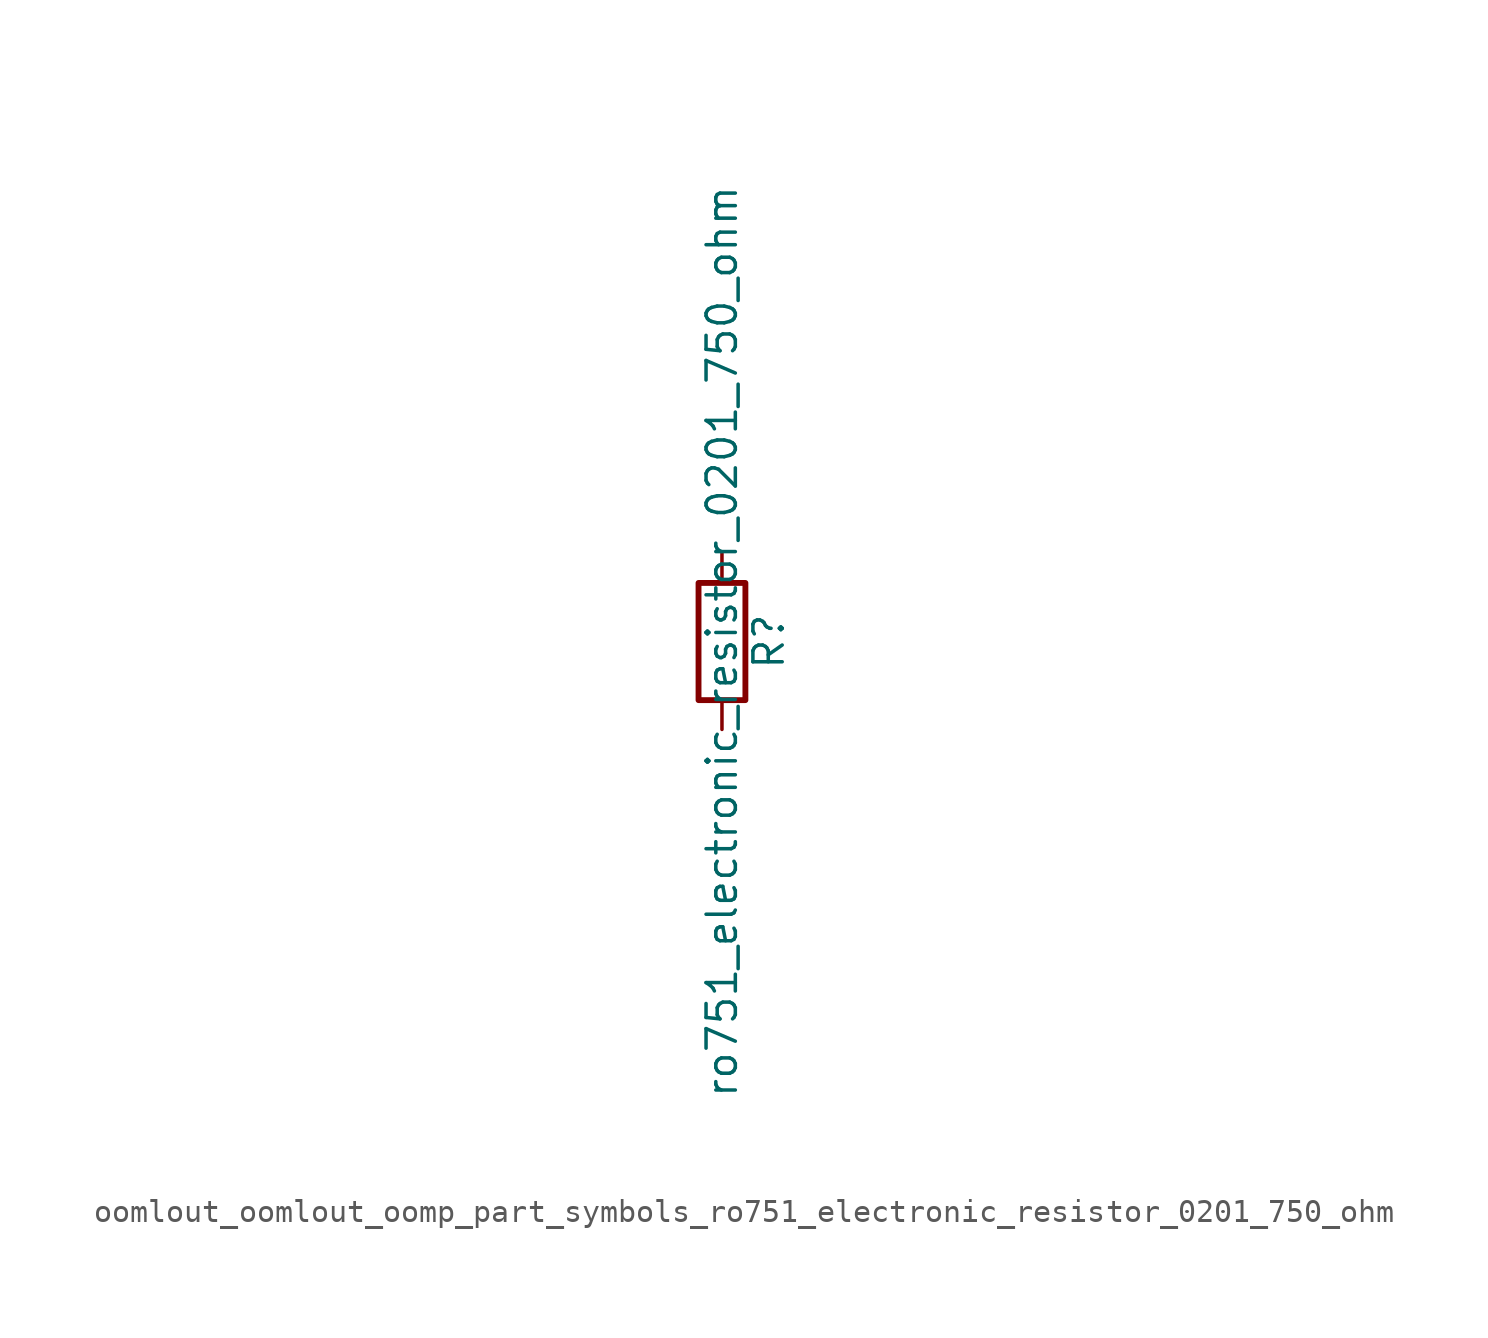
<source format=kicad_sym>
(kicad_symbol_lib
  (version 20220914)
  (generator kicad_symbol_editor)
  (symbol "oomlout_oomlout_oomp_part_symbols_ro751_electronic_resistor_0201_750_ohm"
    (pin_numbers hide)
    (pin_names
      (offset 0))
    (property "Reference" "R"
      (at 2.032 0 90)
      (effects (font (size 1.27 1.27))))
    (property "Value" "ro751_electronic_resistor_0201_750_ohm"
      (at 0 0 90)
      (effects (font (size 1.27 1.27))))
    (symbol "oomlout_oomlout_oomp_part_symbols_ro751_electronic_resistor_0201_750_ohm_0_1"
      (rectangle (start -1.016 -2.54) (end 1.016 2.54) (stroke (width 0.254) (type default)) (fill (type none))))
    (symbol "oomlout_oomlout_oomp_part_symbols_ro751_electronic_resistor_0201_750_ohm_1_1"
      (pin passive line (at 0 3.81 270) (length 1.27) (name "~" (effects (font (size 1.27 1.27)))) (number "1" (effects (font (size 1.27 1.27)))))
      (pin passive line (at 0 -3.81 90) (length 1.27) (name "~" (effects (font (size 1.27 1.27)))) (number "2" (effects (font (size 1.27 1.27))))))))
</source>
